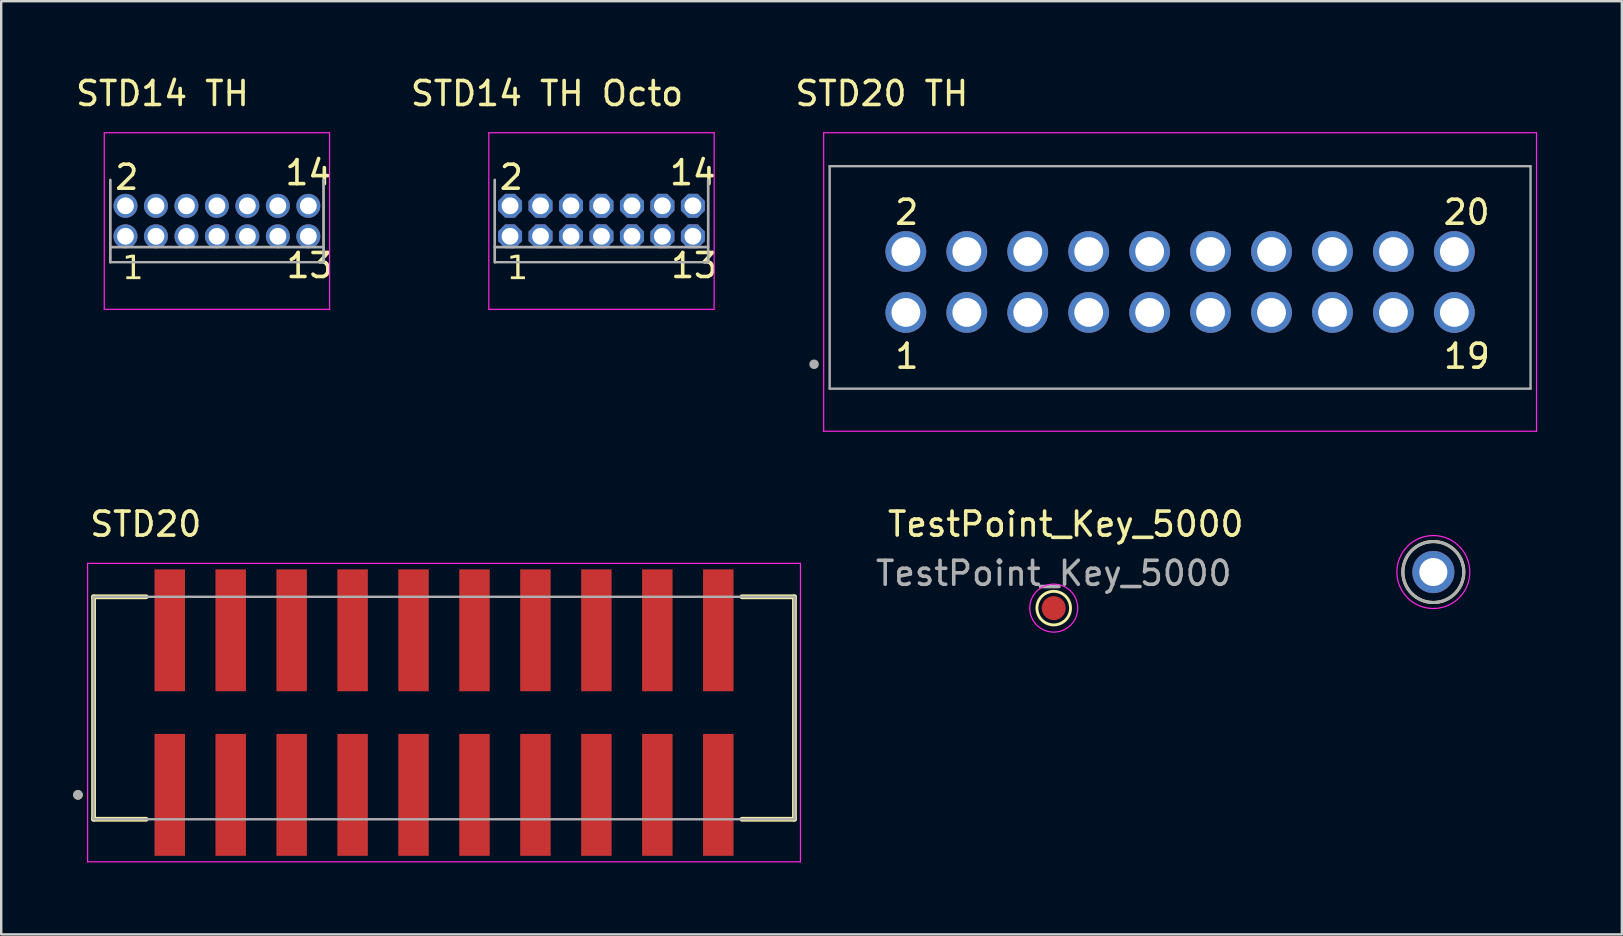
<source format=kicad_pcb>
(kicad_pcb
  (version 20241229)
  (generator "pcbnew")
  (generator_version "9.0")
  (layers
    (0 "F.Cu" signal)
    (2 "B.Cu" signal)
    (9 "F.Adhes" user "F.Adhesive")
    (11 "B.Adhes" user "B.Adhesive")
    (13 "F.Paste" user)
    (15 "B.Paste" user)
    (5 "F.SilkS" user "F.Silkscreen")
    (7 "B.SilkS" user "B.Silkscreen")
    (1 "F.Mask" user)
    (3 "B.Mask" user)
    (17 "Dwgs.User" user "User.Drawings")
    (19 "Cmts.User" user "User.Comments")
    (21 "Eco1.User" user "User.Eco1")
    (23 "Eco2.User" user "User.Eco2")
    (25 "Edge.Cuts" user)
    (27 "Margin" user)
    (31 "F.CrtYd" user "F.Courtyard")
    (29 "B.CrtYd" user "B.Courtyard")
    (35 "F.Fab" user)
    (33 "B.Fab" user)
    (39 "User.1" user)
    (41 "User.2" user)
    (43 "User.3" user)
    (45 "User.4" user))
  (footprint "STD20 TH"
    (layer "F.Cu")
    (at 46.132 8.702)
    (property "Reference" "STD20 TH" (at -12.43 -7.854 0) (layer "F.SilkS") (effects (font (size 1 1) (thickness 0.15))))
    (attr smd)
    (fp_line (start -14.855 -6.219) (end 14.855 -6.219) (stroke (width 0.05) (type solid)) (layer "F.CrtYd"))
    (fp_line (start -14.855 6.219) (end -14.855 -6.219) (stroke (width 0.05) (type solid)) (layer "F.CrtYd"))
    (fp_line (start 14.855 -6.219) (end 14.855 6.219) (stroke (width 0.05) (type solid)) (layer "F.CrtYd"))
    (fp_line (start 14.855 6.219) (end -14.855 6.219) (stroke (width 0.05) (type solid)) (layer "F.CrtYd"))
    (fp_line (start -14.605 -4.826) (end 14.605 -4.826) (stroke (width 0.1) (type solid)) (layer "F.Fab"))
    (fp_line (start -14.605 4.445) (end -14.605 -4.826) (stroke (width 0.1) (type solid)) (layer "F.Fab"))
    (fp_line (start 14.605 -4.826) (end 14.605 4.445) (stroke (width 0.1) (type solid)) (layer "F.Fab"))
    (fp_line (start 14.605 4.445) (end -14.605 4.445) (stroke (width 0.1) (type solid)) (layer "F.Fab"))
    (fp_circle (center -15.255 3.429) (end -15.155 3.429) (stroke (width 0.2) (type solid)) (fill no) (layer "F.Fab"))
    (fp_text user "19" (at 10.9 3.68 0) (unlocked yes) (layer "F.SilkS") (effects (font (size 1 1) (thickness 0.15)) (justify left bottom)))
    (fp_text user "1" (at -11.96 3.68 0) (unlocked yes) (layer "F.SilkS") (effects (font (size 1 1) (thickness 0.15)) (justify left bottom)))
    (fp_text user "2" (at -11.97 -2.32 0) (unlocked yes) (layer "F.SilkS") (effects (font (size 1 1) (thickness 0.15)) (justify left bottom)))
    (fp_text user "20" (at 10.89 -2.32 0) (unlocked yes) (layer "F.SilkS") (effects (font (size 1 1) (thickness 0.15)) (justify left bottom)))
    (pad "01" thru_hole oval (at -11.43 1.269) (size 1.7 1.7) (drill 1.2) (layers "*.Cu" "*.Mask"))
    (pad "02" thru_hole oval (at -11.43 -1.271) (size 1.7 1.7) (drill 1.2) (layers "*.Cu" "*.Mask"))
    (pad "03" thru_hole oval (at -8.89 1.269) (size 1.7 1.7) (drill 1.2) (layers "*.Cu" "*.Mask"))
    (pad "04" thru_hole oval (at -8.89 -1.27) (size 1.7 1.7) (drill 1.2) (layers "*.Cu" "*.Mask"))
    (pad "05" thru_hole oval (at -6.35 1.269) (size 1.7 1.7) (drill 1.2) (layers "*.Cu" "*.Mask"))
    (pad "06" thru_hole oval (at -6.35 -1.27) (size 1.7 1.7) (drill 1.2) (layers "*.Cu" "*.Mask"))
    (pad "07" thru_hole oval (at -3.81 1.269) (size 1.7 1.7) (drill 1.2) (layers "*.Cu" "*.Mask"))
    (pad "08" thru_hole oval (at -3.81 -1.27) (size 1.7 1.7) (drill 1.2) (layers "*.Cu" "*.Mask"))
    (pad "09" thru_hole oval (at -1.27 1.269) (size 1.7 1.7) (drill 1.2) (layers "*.Cu" "*.Mask"))
    (pad "10" thru_hole oval (at -1.27 -1.27) (size 1.7 1.7) (drill 1.2) (layers "*.Cu" "*.Mask"))
    (pad "11" thru_hole oval (at 1.27 1.269) (size 1.7 1.7) (drill 1.2) (layers "*.Cu" "*.Mask"))
    (pad "12" thru_hole oval (at 1.27 -1.27) (size 1.7 1.7) (drill 1.2) (layers "*.Cu" "*.Mask"))
    (pad "13" thru_hole oval (at 3.81 1.269) (size 1.7 1.7) (drill 1.2) (layers "*.Cu" "*.Mask"))
    (pad "14" thru_hole oval (at 3.81 -1.27) (size 1.7 1.7) (drill 1.2) (layers "*.Cu" "*.Mask"))
    (pad "15" thru_hole oval (at 6.35 1.269) (size 1.7 1.7) (drill 1.2) (layers "*.Cu" "*.Mask"))
    (pad "16" thru_hole oval (at 6.35 -1.27) (size 1.7 1.7) (drill 1.2) (layers "*.Cu" "*.Mask"))
    (pad "17" thru_hole oval (at 8.89 1.269) (size 1.7 1.7) (drill 1.2) (layers "*.Cu" "*.Mask"))
    (pad "18" thru_hole oval (at 8.89 -1.27) (size 1.7 1.7) (drill 1.2) (layers "*.Cu" "*.Mask"))
    (pad "19" thru_hole oval (at 11.43 1.269) (size 1.7 1.7) (drill 1.2) (layers "*.Cu" "*.Mask"))
    (pad "20" thru_hole oval (at 11.43 -1.27) (size 1.7 1.7) (drill 1.2) (layers "*.Cu" "*.Mask")))
  (footprint "STD14 TH"
    (layer "F.Cu")
    (at 5.99 6.163)
    (property "Reference" "STD14 TH" (at -2.27 -5.315 0) (layer "F.SilkS") (effects (font (size 1 1) (thickness 0.15))))
    (attr smd)
    (fp_line (start -4.695 -3.68) (end 4.695 -3.68) (stroke (width 0.05) (type solid)) (layer "F.CrtYd"))
    (fp_line (start -4.695 3.68) (end -4.695 -3.68) (stroke (width 0.05) (type solid)) (layer "F.CrtYd"))
    (fp_line (start 4.695 -3.68) (end 4.695 3.68) (stroke (width 0.05) (type solid)) (layer "F.CrtYd"))
    (fp_line (start 4.695 3.68) (end -4.695 3.68) (stroke (width 0.05) (type solid)) (layer "F.CrtYd"))
    (fp_line (start -4.445 1.085) (end 4.445 1.085) (stroke (width 0.1) (type solid)) (layer "F.Fab"))
    (fp_line (start -4.445 1.085) (end 4.445 1.085) (stroke (width 0.1) (type solid)) (layer "F.Fab"))
    (fp_line (start -4.445 1.715) (end -4.445 -1.715) (stroke (width 0.1) (type solid)) (layer "F.Fab"))
    (fp_line (start -4.445 1.715) (end -4.445 -1.715) (stroke (width 0.1) (type solid)) (layer "F.Fab"))
    (fp_line (start 4.445 -1.715) (end 4.445 1.715) (stroke (width 0.1) (type solid)) (layer "F.Fab"))
    (fp_line (start 4.445 -1.715) (end 4.445 1.715) (stroke (width 0.1) (type solid)) (layer "F.Fab"))
    (fp_line (start 4.445 1.715) (end -4.445 1.715) (stroke (width 0.1) (type solid)) (layer "F.Fab"))
    (fp_text user "14" (at 2.76 -1.43 0) (unlocked yes) (layer "F.SilkS") (effects (font (size 1 1) (thickness 0.15)) (justify left bottom)))
    (fp_text user "1" (at -3.95 2.59 0) (unlocked yes) (layer "F.SilkS") (effects (font (face "Agency FB") (size 1 1) (thickness 0.15)) (justify left bottom)))
    (fp_text user "2" (at -4.33 -1.24 0) (unlocked yes) (layer "F.SilkS") (effects (font (size 1 1) (thickness 0.15)) (justify left bottom)))
    (fp_text user "13" (at 2.81 2.44 0) (unlocked yes) (layer "F.SilkS") (effects (font (size 1 1) (thickness 0.15)) (justify left bottom)))
    (pad "01" thru_hole oval (at -3.81 0.635) (size 1 1) (drill 0.7) (layers "*.Cu" "*.Mask"))
    (pad "02" thru_hole oval (at -3.81 -0.635) (size 1 1) (drill 0.7) (layers "*.Cu" "*.Mask"))
    (pad "03" thru_hole oval (at -2.54 0.635) (size 1 1) (drill 0.7) (layers "*.Cu" "*.Mask"))
    (pad "04" thru_hole oval (at -2.54 -0.635) (size 1 1) (drill 0.7) (layers "*.Cu" "*.Mask"))
    (pad "05" thru_hole oval (at -1.27 0.635) (size 1 1) (drill 0.7) (layers "*.Cu" "*.Mask"))
    (pad "06" thru_hole oval (at -1.27 -0.635) (size 1 1) (drill 0.7) (layers "*.Cu" "*.Mask"))
    (pad "07" thru_hole oval (at 0 0.635) (size 1 1) (drill 0.7) (layers "*.Cu" "*.Mask"))
    (pad "08" thru_hole oval (at 0 -0.635) (size 1 1) (drill 0.7) (layers "*.Cu" "*.Mask"))
    (pad "09" thru_hole oval (at 1.27 0.635) (size 1 1) (drill 0.7) (layers "*.Cu" "*.Mask"))
    (pad "10" thru_hole oval (at 1.27 -0.635) (size 1 1) (drill 0.7) (layers "*.Cu" "*.Mask"))
    (pad "11" thru_hole oval (at 2.54 0.635) (size 1 1) (drill 0.7) (layers "*.Cu" "*.Mask"))
    (pad "12" thru_hole oval (at 2.54 -0.635) (size 1 1) (drill 0.7) (layers "*.Cu" "*.Mask"))
    (pad "13" thru_hole oval (at 3.81 0.635) (size 1 1) (drill 0.7) (layers "*.Cu" "*.Mask"))
    (pad "14" thru_hole oval (at 3.81 -0.635) (size 1 1) (drill 0.7) (layers "*.Cu" "*.Mask")))
  (footprint "TestPoint_Key_5000"
    (layer "F.Cu")
    (at 40.865 22.294)
    (property "Reference" "TestPoint_Key_5000" (at 0.5 -3.5 0) (layer "F.SilkS") (effects (font (size 1 1) (thickness 0.15))))
    (attr exclude_from_pos_files exclude_from_bom)
    (fp_circle (center 0 0) (end 0 0.7) (stroke (width 0.12) (type solid)) (fill no) (layer "F.SilkS"))
    (fp_circle (center 0 0) (end 1 0) (stroke (width 0.05) (type solid)) (fill no) (layer "F.CrtYd"))
    (fp_text user "${REFERENCE}" (at 0 -1.45 0) (layer "F.Fab") (effects (font (size 1 1) (thickness 0.15))))
    (pad "1" smd circle (at 0 0) (size 1 1) (layers "F.Cu" "F.Mask")))
  (footprint "STD14 TH Octo"
    (layer "F.Cu")
    (at 22.017 6.163)
    (property "Reference" "STD14 TH Octo" (at -2.27 -5.315 0) (layer "F.SilkS") (effects (font (size 1 1) (thickness 0.15))))
    (attr smd)
    (fp_line (start -4.695 -3.68) (end 4.695 -3.68) (stroke (width 0.05) (type solid)) (layer "F.CrtYd"))
    (fp_line (start -4.695 3.68) (end -4.695 -3.68) (stroke (width 0.05) (type solid)) (layer "F.CrtYd"))
    (fp_line (start 4.695 -3.68) (end 4.695 3.68) (stroke (width 0.05) (type solid)) (layer "F.CrtYd"))
    (fp_line (start 4.695 3.68) (end -4.695 3.68) (stroke (width 0.05) (type solid)) (layer "F.CrtYd"))
    (fp_line (start -4.445 1.085) (end 4.445 1.085) (stroke (width 0.1) (type solid)) (layer "F.Fab"))
    (fp_line (start -4.445 1.085) (end 4.445 1.085) (stroke (width 0.1) (type solid)) (layer "F.Fab"))
    (fp_line (start -4.445 1.715) (end -4.445 -1.715) (stroke (width 0.1) (type solid)) (layer "F.Fab"))
    (fp_line (start -4.445 1.715) (end -4.445 -1.715) (stroke (width 0.1) (type solid)) (layer "F.Fab"))
    (fp_line (start 4.445 -1.715) (end 4.445 1.715) (stroke (width 0.1) (type solid)) (layer "F.Fab"))
    (fp_line (start 4.445 -1.715) (end 4.445 1.715) (stroke (width 0.1) (type solid)) (layer "F.Fab"))
    (fp_line (start 4.445 1.715) (end -4.445 1.715) (stroke (width 0.1) (type solid)) (layer "F.Fab"))
    (fp_text user "14" (at 2.76 -1.43 0) (unlocked yes) (layer "F.SilkS") (effects (font (size 1 1) (thickness 0.15)) (justify left bottom)))
    (fp_text user "1" (at -3.95 2.59 0) (unlocked yes) (layer "F.SilkS") (effects (font (face "Agency FB") (size 1 1) (thickness 0.15)) (justify left bottom)))
    (fp_text user "2" (at -4.33 -1.24 0) (unlocked yes) (layer "F.SilkS") (effects (font (size 1 1) (thickness 0.15)) (justify left bottom)))
    (fp_text user "13" (at 2.81 2.44 0) (unlocked yes) (layer "F.SilkS") (effects (font (size 1 1) (thickness 0.15)) (justify left bottom)))
    (pad "01" thru_hole roundrect (at -3.81 0.635) (size 1 1) (drill 0.7) (layers "*.Cu" "*.Mask") (roundrect_rratio 0) (chamfer_ratio 0.3) (chamfer top_left top_right bottom_left bottom_right))
    (pad "02" thru_hole roundrect (at -3.81 -0.635) (size 1 1) (drill 0.7) (layers "*.Cu" "*.Mask") (roundrect_rratio 0) (chamfer_ratio 0.3) (chamfer top_left top_right bottom_left bottom_right))
    (pad "03" thru_hole roundrect (at -2.54 0.635) (size 1 1) (drill 0.7) (layers "*.Cu" "*.Mask") (roundrect_rratio 0) (chamfer_ratio 0.3) (chamfer top_left top_right bottom_left bottom_right))
    (pad "04" thru_hole roundrect (at -2.54 -0.635) (size 1 1) (drill 0.7) (layers "*.Cu" "*.Mask") (roundrect_rratio 0) (chamfer_ratio 0.3) (chamfer top_left top_right bottom_left bottom_right))
    (pad "05" thru_hole roundrect (at -1.27 0.635) (size 1 1) (drill 0.7) (layers "*.Cu" "*.Mask") (roundrect_rratio 0) (chamfer_ratio 0.3) (chamfer top_left top_right bottom_left bottom_right))
    (pad "06" thru_hole roundrect (at -1.27 -0.635) (size 1 1) (drill 0.7) (layers "*.Cu" "*.Mask") (roundrect_rratio 0) (chamfer_ratio 0.3) (chamfer top_left top_right bottom_left bottom_right))
    (pad "07" thru_hole roundrect (at 0 0.635) (size 1 1) (drill 0.7) (layers "*.Cu" "*.Mask") (roundrect_rratio 0) (chamfer_ratio 0.3) (chamfer top_left top_right bottom_left bottom_right))
    (pad "08" thru_hole roundrect (at 0 -0.635) (size 1 1) (drill 0.7) (layers "*.Cu" "*.Mask") (roundrect_rratio 0) (chamfer_ratio 0.3) (chamfer top_left top_right bottom_left bottom_right))
    (pad "09" thru_hole roundrect (at 1.27 0.635) (size 1 1) (drill 0.7) (layers "*.Cu" "*.Mask") (roundrect_rratio 0) (chamfer_ratio 0.3) (chamfer top_left top_right bottom_left bottom_right))
    (pad "10" thru_hole roundrect (at 1.27 -0.635) (size 1 1) (drill 0.7) (layers "*.Cu" "*.Mask") (roundrect_rratio 0) (chamfer_ratio 0.3) (chamfer top_left top_right bottom_left bottom_right))
    (pad "11" thru_hole roundrect (at 2.54 0.635) (size 1 1) (drill 0.7) (layers "*.Cu" "*.Mask") (roundrect_rratio 0) (chamfer_ratio 0.3) (chamfer top_left top_right bottom_left bottom_right))
    (pad "12" thru_hole roundrect (at 2.54 -0.635) (size 1 1) (drill 0.7) (layers "*.Cu" "*.Mask") (roundrect_rratio 0) (chamfer_ratio 0.3) (chamfer top_left top_right bottom_left bottom_right))
    (pad "13" thru_hole roundrect (at 3.81 0.635) (size 1 1) (drill 0.7) (layers "*.Cu" "*.Mask") (roundrect_rratio 0) (chamfer_ratio 0.3) (chamfer top_left top_right bottom_left bottom_right))
    (pad "14" thru_hole roundrect (at 3.81 -0.635) (size 1 1) (drill 0.7) (layers "*.Cu" "*.Mask") (roundrect_rratio 0) (chamfer_ratio 0.3) (chamfer top_left top_right bottom_left bottom_right)))
  (footprint "STD20"
    (layer "F.Cu")
    (at 15.455 26.648)
    (property "Reference" "STD20" (at -12.43 -7.854 0) (layer "F.SilkS") (effects (font (size 1 1) (thickness 0.15))))
    (attr smd)
    (fp_line (start -14.605 -4.826) (end -12.415 -4.826) (stroke (width 0.2) (type solid)) (layer "F.SilkS"))
    (fp_line (start -14.605 4.445) (end -14.605 -4.826) (stroke (width 0.2) (type solid)) (layer "F.SilkS"))
    (fp_line (start -12.415 4.445) (end -14.605 4.445) (stroke (width 0.2) (type solid)) (layer "F.SilkS"))
    (fp_line (start 12.415 -4.826) (end 14.605 -4.826) (stroke (width 0.2) (type solid)) (layer "F.SilkS"))
    (fp_line (start 12.415 4.445) (end 14.605 4.445) (stroke (width 0.2) (type solid)) (layer "F.SilkS"))
    (fp_line (start 14.605 -4.826) (end 14.605 4.445) (stroke (width 0.2) (type solid)) (layer "F.SilkS"))
    (fp_circle (center -15.255 3.429) (end -15.155 3.429) (stroke (width 0.2) (type solid)) (fill no) (layer "F.SilkS"))
    (fp_line (start -14.855 -6.219) (end 14.855 -6.219) (stroke (width 0.05) (type solid)) (layer "F.CrtYd"))
    (fp_line (start -14.855 6.219) (end -14.855 -6.219) (stroke (width 0.05) (type solid)) (layer "F.CrtYd"))
    (fp_line (start 14.855 -6.219) (end 14.855 6.219) (stroke (width 0.05) (type solid)) (layer "F.CrtYd"))
    (fp_line (start 14.855 6.219) (end -14.855 6.219) (stroke (width 0.05) (type solid)) (layer "F.CrtYd"))
    (fp_line (start -14.605 -4.826) (end 14.605 -4.826) (stroke (width 0.1) (type solid)) (layer "F.Fab"))
    (fp_line (start -14.605 4.445) (end -14.605 -4.826) (stroke (width 0.1) (type solid)) (layer "F.Fab"))
    (fp_line (start 14.605 -4.826) (end 14.605 4.445) (stroke (width 0.1) (type solid)) (layer "F.Fab"))
    (fp_line (start 14.605 4.445) (end -14.605 4.445) (stroke (width 0.1) (type solid)) (layer "F.Fab"))
    (fp_circle (center -15.255 3.429) (end -15.155 3.429) (stroke (width 0.2) (type solid)) (fill no) (layer "F.Fab"))
    (pad "01" smd rect (at -11.43 3.429) (size 1.27 5.08) (layers "F.Cu" "F.Mask" "F.Paste"))
    (pad "02" smd rect (at -11.43 -3.429) (size 1.27 5.08) (layers "F.Cu" "F.Mask" "F.Paste"))
    (pad "03" smd rect (at -8.89 3.429) (size 1.27 5.08) (layers "F.Cu" "F.Mask" "F.Paste"))
    (pad "04" smd rect (at -8.89 -3.429) (size 1.27 5.08) (layers "F.Cu" "F.Mask" "F.Paste"))
    (pad "05" smd rect (at -6.35 3.429) (size 1.27 5.08) (layers "F.Cu" "F.Mask" "F.Paste"))
    (pad "06" smd rect (at -6.35 -3.429) (size 1.27 5.08) (layers "F.Cu" "F.Mask" "F.Paste"))
    (pad "07" smd rect (at -3.81 3.429) (size 1.27 5.08) (layers "F.Cu" "F.Mask" "F.Paste"))
    (pad "08" smd rect (at -3.81 -3.429) (size 1.27 5.08) (layers "F.Cu" "F.Mask" "F.Paste"))
    (pad "09" smd rect (at -1.27 3.429) (size 1.27 5.08) (layers "F.Cu" "F.Mask" "F.Paste"))
    (pad "10" smd rect (at -1.27 -3.429) (size 1.27 5.08) (layers "F.Cu" "F.Mask" "F.Paste"))
    (pad "11" smd rect (at 1.27 3.429) (size 1.27 5.08) (layers "F.Cu" "F.Mask" "F.Paste"))
    (pad "12" smd rect (at 1.27 -3.429) (size 1.27 5.08) (layers "F.Cu" "F.Mask" "F.Paste"))
    (pad "13" smd rect (at 3.81 3.429) (size 1.27 5.08) (layers "F.Cu" "F.Mask" "F.Paste"))
    (pad "14" smd rect (at 3.81 -3.429) (size 1.27 5.08) (layers "F.Cu" "F.Mask" "F.Paste"))
    (pad "15" smd rect (at 6.35 3.429) (size 1.27 5.08) (layers "F.Cu" "F.Mask" "F.Paste"))
    (pad "16" smd rect (at 6.35 -3.429) (size 1.27 5.08) (layers "F.Cu" "F.Mask" "F.Paste"))
    (pad "17" smd rect (at 8.89 3.429) (size 1.27 5.08) (layers "F.Cu" "F.Mask" "F.Paste"))
    (pad "18" smd rect (at 8.89 -3.429) (size 1.27 5.08) (layers "F.Cu" "F.Mask" "F.Paste"))
    (pad "19" smd rect (at 11.43 3.429) (size 1.27 5.08) (layers "F.Cu" "F.Mask" "F.Paste"))
    (pad "20" smd rect (at 11.43 -3.429) (size 1.27 5.08) (layers "F.Cu" "F.Mask" "F.Paste")))
  (footprint "TP_KEYSTONE_5000"
    (layer "F.Cu")
    (at 56.686 20.79)
    (property "Reference" "TP_KEYSTONE_5000" (at 0.032 -2.206 0) (layer "User.2") (effects (font (size 0.64 0.64) (thickness 0.15))))
    (attr through_hole)
    (fp_circle (center 0 0) (end 1.27 0) (stroke (width 0.127) (type solid)) (fill no) (layer "F.SilkS"))
    (fp_circle (center 0 0) (end 1.52 0) (stroke (width 0.05) (type solid)) (fill no) (layer "F.CrtYd"))
    (fp_circle (center 0 0) (end 1.27 0) (stroke (width 0.127) (type solid)) (fill no) (layer "F.Fab"))
    (pad "1" thru_hole circle (at 0 0) (size 1.755 1.755) (drill 1.17) (layers "*.Cu" "*.Mask")))
  (gr_rect
    (start -3 -3)
    (end 64.542 35.892)
    (stroke (width 0.1) (type default))
    (fill no)
    (layer "Edge.Cuts")))
</source>
